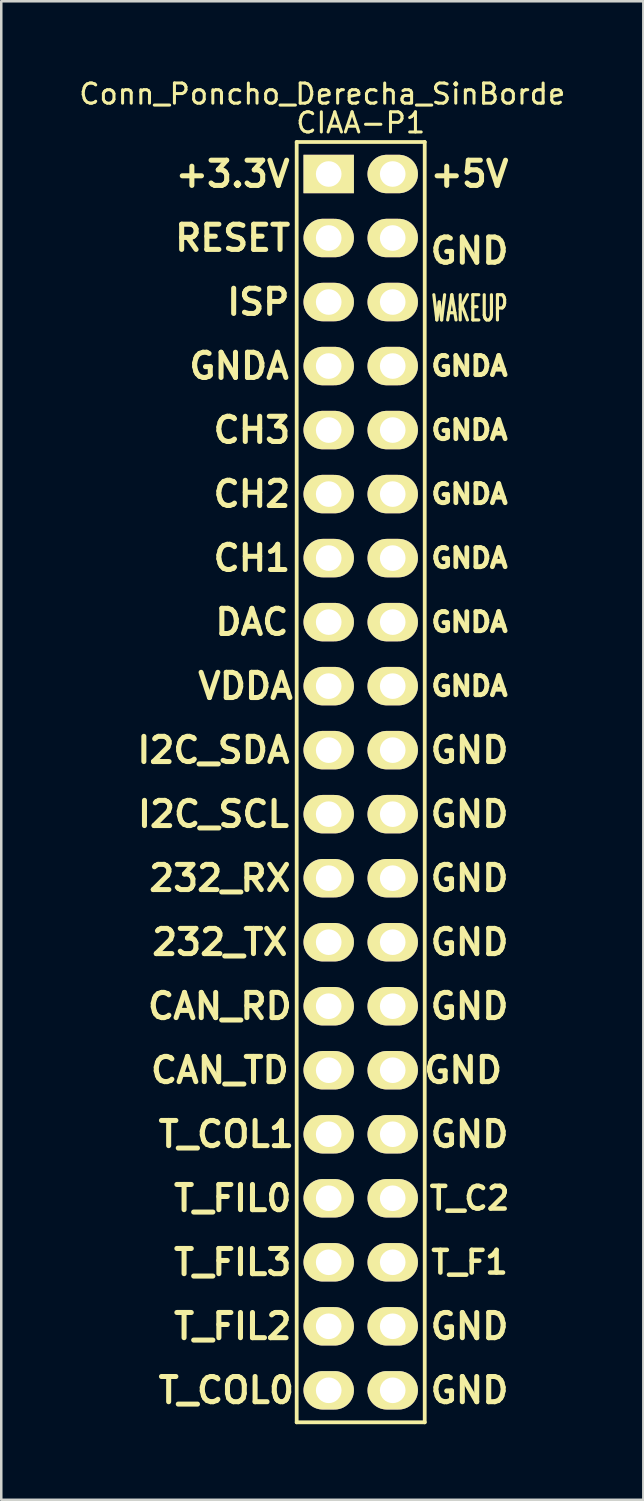
<source format=kicad_pcb>
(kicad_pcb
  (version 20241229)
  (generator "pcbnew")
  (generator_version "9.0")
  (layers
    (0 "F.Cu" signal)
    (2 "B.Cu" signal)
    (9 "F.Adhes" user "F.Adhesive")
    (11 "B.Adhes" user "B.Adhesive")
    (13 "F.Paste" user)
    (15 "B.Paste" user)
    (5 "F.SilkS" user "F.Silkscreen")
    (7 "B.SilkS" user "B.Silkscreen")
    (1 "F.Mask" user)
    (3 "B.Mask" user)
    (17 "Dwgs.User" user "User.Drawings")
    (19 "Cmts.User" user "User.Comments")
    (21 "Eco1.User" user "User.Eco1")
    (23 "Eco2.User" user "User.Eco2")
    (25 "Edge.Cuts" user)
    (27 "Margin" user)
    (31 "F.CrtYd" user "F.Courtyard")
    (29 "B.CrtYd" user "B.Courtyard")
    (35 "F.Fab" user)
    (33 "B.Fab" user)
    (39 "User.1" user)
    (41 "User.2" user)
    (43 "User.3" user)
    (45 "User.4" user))
  (footprint "Conn_Poncho_Derecha_SinBorde"
    (layer "F.Cu")
    (at 9.992 3.854)
    (property "Reference" "Conn_Poncho_Derecha_SinBorde" (at -0.254 -3.175 0) (layer "F.SilkS") (effects (font (size 0.8 0.8) (thickness 0.12))))
    (attr through_hole)
    (fp_line (start -1.27 49.53) (end -1.27 -1.27) (stroke (width 0.15) (type solid)) (layer "F.SilkS"))
    (fp_line (start 3.81 -1.27) (end -1.27 -1.27) (stroke (width 0.15) (type solid)) (layer "F.SilkS"))
    (fp_line (start 3.81 49.53) (end -1.27 49.53) (stroke (width 0.15) (type solid)) (layer "F.SilkS"))
    (fp_line (start 3.81 49.53) (end 3.81 -1.27) (stroke (width 0.15) (type solid)) (layer "F.SilkS"))
    (fp_text user "232_TX" (at -4.318 30.48 0) (layer "F.SilkS") (effects (font (size 1 1) (thickness 0.2))))
    (fp_text user "T_F1" (at 5.588 43.18 0) (layer "F.SilkS") (effects (font (size 0.9 0.9) (thickness 0.18))))
    (fp_text user "VDDA" (at -3.302 20.32 0) (layer "F.SilkS") (effects (font (size 1 1) (thickness 0.2))))
    (fp_text user "GNDA" (at 5.588 12.7 0) (layer "F.SilkS") (effects (font (size 0.76 0.76) (thickness 0.19))))
    (fp_text user "ISP" (at -2.794 5.08 0) (layer "F.SilkS") (effects (font (size 1 1) (thickness 0.2))))
    (fp_text user "GND" (at 5.588 27.94 0) (layer "F.SilkS") (effects (font (size 1 1) (thickness 0.2))))
    (fp_text user "GNDA" (at 5.588 17.78 0) (layer "F.SilkS") (effects (font (size 0.76 0.76) (thickness 0.19))))
    (fp_text user "232_RX" (at -4.318 27.94 0) (layer "F.SilkS") (effects (font (size 1 1) (thickness 0.2))))
    (fp_text user "GND" (at 5.588 22.86 0) (layer "F.SilkS") (effects (font (size 1 1) (thickness 0.2))))
    (fp_text user "GND" (at 5.588 3.048 0) (layer "F.SilkS") (effects (font (size 1 1) (thickness 0.2))))
    (fp_text user "GNDA" (at 5.588 20.32 0) (layer "F.SilkS") (effects (font (size 0.76 0.76) (thickness 0.19))))
    (fp_text user "GND" (at 5.588 48.26 0) (layer "F.SilkS") (effects (font (size 1 1) (thickness 0.2))))
    (fp_text user "+5V" (at 5.588 0 0) (layer "F.SilkS") (effects (font (size 1 1) (thickness 0.2))))
    (fp_text user "CH1" (at -3.048 15.24 0) (layer "F.SilkS") (effects (font (size 1 1) (thickness 0.2))))
    (fp_text user "T_FIL2" (at -3.81 45.72 0) (layer "F.SilkS") (effects (font (size 1 1) (thickness 0.2))))
    (fp_text user "T_COL1" (at -4.064 38.1 0) (layer "F.SilkS") (effects (font (size 1 1) (thickness 0.2))))
    (fp_text user "CAN_TD" (at -4.318 35.56 0) (layer "F.SilkS") (effects (font (size 1 1) (thickness 0.2))))
    (fp_text user "CH2" (at -3.048 12.7 0) (layer "F.SilkS") (effects (font (size 1 1) (thickness 0.2))))
    (fp_text user "+3.3V" (at -3.81 0 0) (layer "F.SilkS") (effects (font (size 1 1) (thickness 0.2))))
    (fp_text user "T_C2" (at 5.588 40.64 0) (layer "F.SilkS") (effects (font (size 0.9 0.9) (thickness 0.18))))
    (fp_text user "I2C_SDA" (at -4.572 22.86 0) (layer "F.SilkS") (effects (font (size 1 1) (thickness 0.2))))
    (fp_text user "DAC" (at -3.048 17.78 0) (layer "F.SilkS") (effects (font (size 1 1) (thickness 0.2))))
    (fp_text user "GND" (at 5.588 45.72 0) (layer "F.SilkS") (effects (font (size 1 1) (thickness 0.2))))
    (fp_text user "GNDA" (at 5.588 7.62 0) (layer "F.SilkS") (effects (font (size 0.76 0.76) (thickness 0.19))))
    (fp_text user "GND" (at 5.588 33.02 0) (layer "F.SilkS") (effects (font (size 1 1) (thickness 0.2))))
    (fp_text user "CH3" (at -3.048 10.16 0) (layer "F.SilkS") (effects (font (size 1 1) (thickness 0.2))))
    (fp_text user "I2C_SCL" (at -4.572 25.4 0) (layer "F.SilkS") (effects (font (size 1 1) (thickness 0.2))))
    (fp_text user "CAN_RD" (at -4.318 33.02 0) (layer "F.SilkS") (effects (font (size 1 1) (thickness 0.2))))
    (fp_text user "GND" (at 5.588 30.48 0) (layer "F.SilkS") (effects (font (size 1 1) (thickness 0.2))))
    (fp_text user "GND" (at 5.334 35.56 0) (layer "F.SilkS") (effects (font (size 1 1) (thickness 0.2))))
    (fp_text user "GND" (at 5.588 38.1 0) (layer "F.SilkS") (effects (font (size 1 1) (thickness 0.2))))
    (fp_text user "CIAA-P1" (at 1.27 -2.032 0) (layer "F.SilkS") (effects (font (size 0.8 0.8) (thickness 0.12))))
    (fp_text user "GNDA" (at 5.588 15.24 0) (layer "F.SilkS") (effects (font (size 0.76 0.76) (thickness 0.19))))
    (fp_text user "WAKEUP" (at 5.588 5.334 0) (layer "F.SilkS") (effects (font (size 1 0.5) (thickness 0.125))))
    (fp_text user "RESET" (at -3.81 2.54 0) (layer "F.SilkS") (effects (font (size 1 1) (thickness 0.2))))
    (fp_text user "GNDA" (at -3.556 7.62 0) (layer "F.SilkS") (effects (font (size 1 1) (thickness 0.2))))
    (fp_text user "T_FIL0" (at -3.81 40.64 0) (layer "F.SilkS") (effects (font (size 1 1) (thickness 0.2))))
    (fp_text user "GNDA" (at 5.588 10.16 0) (layer "F.SilkS") (effects (font (size 0.76 0.76) (thickness 0.19))))
    (fp_text user "T_FIL3" (at -3.81 43.18 0) (layer "F.SilkS") (effects (font (size 1 1) (thickness 0.2))))
    (fp_text user "GND" (at 5.588 25.4 0) (layer "F.SilkS") (effects (font (size 1 1) (thickness 0.2))))
    (fp_text user "T_COL0" (at -4.064 48.26 0) (layer "F.SilkS") (effects (font (size 1 1) (thickness 0.2))))
    (pad "1" thru_hole rect (at 0 0 270) (size 1.524 2) (drill 1.016) (layers "*.Cu" "*.Mask" "F.SilkS"))
    (pad "2" thru_hole oval (at 2.54 0 270) (size 1.524 2) (drill 1.016) (layers "*.Cu" "*.Mask" "F.SilkS"))
    (pad "3" thru_hole oval (at 0 2.54 270) (size 1.524 2) (drill 1.016) (layers "*.Cu" "*.Mask" "F.SilkS"))
    (pad "4" thru_hole oval (at 2.54 2.54 270) (size 1.524 2) (drill 1.016) (layers "*.Cu" "*.Mask" "F.SilkS"))
    (pad "5" thru_hole oval (at 0 5.08 270) (size 1.524 2) (drill 1.016) (layers "*.Cu" "*.Mask" "F.SilkS"))
    (pad "6" thru_hole oval (at 2.54 5.08 270) (size 1.524 2) (drill 1.016) (layers "*.Cu" "*.Mask" "F.SilkS"))
    (pad "7" thru_hole oval (at 0 7.62 270) (size 1.524 2) (drill 1.016) (layers "*.Cu" "*.Mask" "F.SilkS"))
    (pad "8" thru_hole oval (at 2.54 7.62 270) (size 1.524 2) (drill 1.016) (layers "*.Cu" "*.Mask" "F.SilkS"))
    (pad "9" thru_hole oval (at 0 10.16 270) (size 1.524 2) (drill 1.016) (layers "*.Cu" "*.Mask" "F.SilkS"))
    (pad "10" thru_hole oval (at 2.54 10.16 270) (size 1.524 2) (drill 1.016) (layers "*.Cu" "*.Mask" "F.SilkS"))
    (pad "11" thru_hole oval (at 0 12.7 270) (size 1.524 2) (drill 1.016) (layers "*.Cu" "*.Mask" "F.SilkS"))
    (pad "12" thru_hole oval (at 2.54 12.7 270) (size 1.524 2) (drill 1.016) (layers "*.Cu" "*.Mask" "F.SilkS"))
    (pad "13" thru_hole oval (at 0 15.24 270) (size 1.524 2) (drill 1.016) (layers "*.Cu" "*.Mask" "F.SilkS"))
    (pad "14" thru_hole oval (at 2.54 15.24 270) (size 1.524 2) (drill 1.016) (layers "*.Cu" "*.Mask" "F.SilkS"))
    (pad "15" thru_hole oval (at 0 17.78 270) (size 1.524 2) (drill 1.016) (layers "*.Cu" "*.Mask" "F.SilkS"))
    (pad "16" thru_hole oval (at 2.54 17.78 270) (size 1.524 2) (drill 1.016) (layers "*.Cu" "*.Mask" "F.SilkS"))
    (pad "17" thru_hole oval (at 0 20.32 270) (size 1.524 2) (drill 1.016) (layers "*.Cu" "*.Mask" "F.SilkS"))
    (pad "18" thru_hole oval (at 2.54 20.32 270) (size 1.524 2) (drill 1.016) (layers "*.Cu" "*.Mask" "F.SilkS"))
    (pad "19" thru_hole oval (at 0 22.86 270) (size 1.524 2) (drill 1.016) (layers "*.Cu" "*.Mask" "F.SilkS"))
    (pad "20" thru_hole oval (at 2.54 22.86 270) (size 1.524 2) (drill 1.016) (layers "*.Cu" "*.Mask" "F.SilkS"))
    (pad "21" thru_hole oval (at 0 25.4 270) (size 1.524 2) (drill 1.016) (layers "*.Cu" "*.Mask" "F.SilkS"))
    (pad "22" thru_hole oval (at 2.54 25.4 270) (size 1.524 2) (drill 1.016) (layers "*.Cu" "*.Mask" "F.SilkS"))
    (pad "23" thru_hole oval (at 0 27.94 270) (size 1.524 2) (drill 1.016) (layers "*.Cu" "*.Mask" "F.SilkS"))
    (pad "24" thru_hole oval (at 2.54 27.94 270) (size 1.524 2) (drill 1.016) (layers "*.Cu" "*.Mask" "F.SilkS"))
    (pad "25" thru_hole oval (at 0 30.48 270) (size 1.524 2) (drill 1.016) (layers "*.Cu" "*.Mask" "F.SilkS"))
    (pad "26" thru_hole oval (at 2.54 30.48 270) (size 1.524 2) (drill 1.016) (layers "*.Cu" "*.Mask" "F.SilkS"))
    (pad "27" thru_hole oval (at 0 33.02 270) (size 1.524 2) (drill 1.016) (layers "*.Cu" "*.Mask" "F.SilkS"))
    (pad "28" thru_hole oval (at 2.54 33.02 270) (size 1.524 2) (drill 1.016) (layers "*.Cu" "*.Mask" "F.SilkS"))
    (pad "29" thru_hole oval (at 0 35.56 270) (size 1.524 2) (drill 1.016) (layers "*.Cu" "*.Mask" "F.SilkS"))
    (pad "30" thru_hole oval (at 2.54 35.56 270) (size 1.524 2) (drill 1.016) (layers "*.Cu" "*.Mask" "F.SilkS"))
    (pad "31" thru_hole oval (at 0 38.1 270) (size 1.524 2) (drill 1.016) (layers "*.Cu" "*.Mask" "F.SilkS"))
    (pad "32" thru_hole oval (at 2.54 38.1 270) (size 1.524 2) (drill 1.016) (layers "*.Cu" "*.Mask" "F.SilkS"))
    (pad "33" thru_hole oval (at 0 40.64 270) (size 1.524 2) (drill 1.016) (layers "*.Cu" "*.Mask" "F.SilkS"))
    (pad "34" thru_hole oval (at 2.54 40.64 270) (size 1.524 2) (drill 1.016) (layers "*.Cu" "*.Mask" "F.SilkS"))
    (pad "35" thru_hole oval (at 0 43.18 270) (size 1.524 2) (drill 1.016) (layers "*.Cu" "*.Mask" "F.SilkS"))
    (pad "36" thru_hole oval (at 2.54 43.18 270) (size 1.524 2) (drill 1.016) (layers "*.Cu" "*.Mask" "F.SilkS"))
    (pad "37" thru_hole oval (at 0 45.72 270) (size 1.524 2) (drill 1.016) (layers "*.Cu" "*.Mask" "F.SilkS"))
    (pad "38" thru_hole oval (at 2.54 45.72 270) (size 1.524 2) (drill 1.016) (layers "*.Cu" "*.Mask" "F.SilkS"))
    (pad "39" thru_hole oval (at 0 48.26 270) (size 1.524 2) (drill 1.016) (layers "*.Cu" "*.Mask" "F.SilkS"))
    (pad "40" thru_hole oval (at 2.54 48.26 270) (size 1.524 2) (drill 1.016) (layers "*.Cu" "*.Mask" "F.SilkS")))
  (gr_rect
    (start -3 -3)
    (end 22.476 56.459)
    (stroke (width 0.1) (type default))
    (fill no)
    (layer "Edge.Cuts")))
</source>
